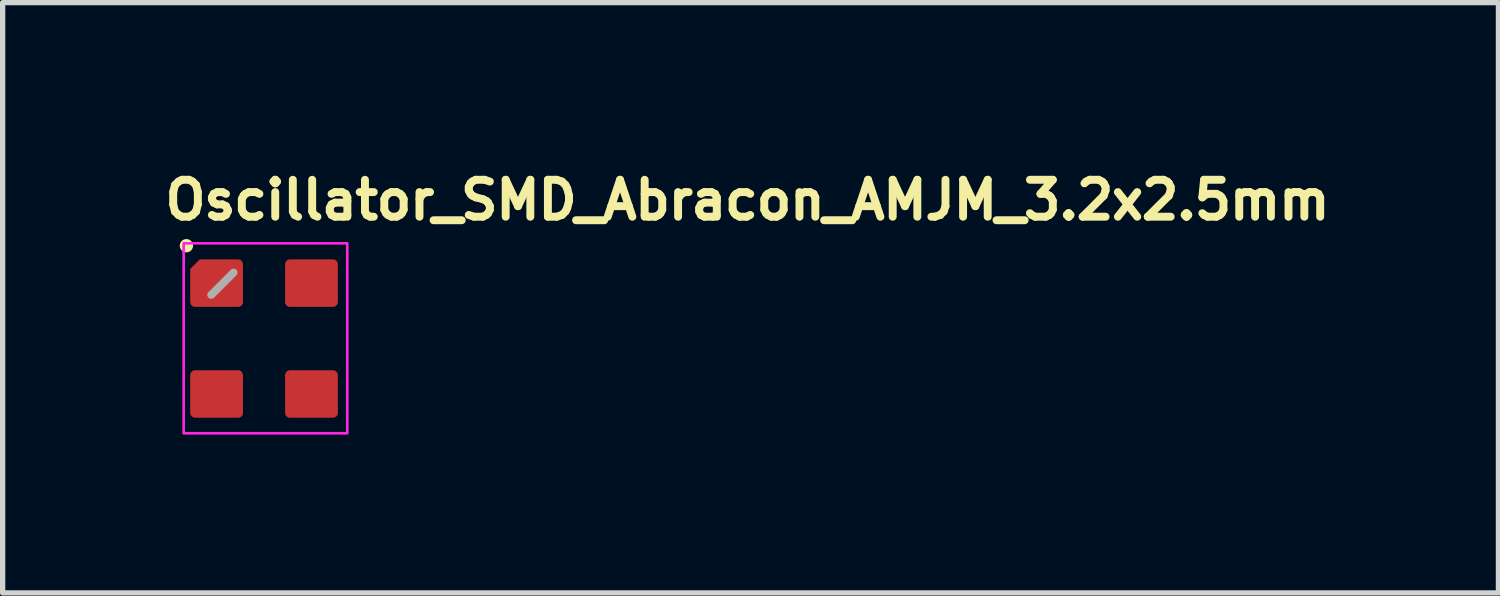
<source format=kicad_pcb>
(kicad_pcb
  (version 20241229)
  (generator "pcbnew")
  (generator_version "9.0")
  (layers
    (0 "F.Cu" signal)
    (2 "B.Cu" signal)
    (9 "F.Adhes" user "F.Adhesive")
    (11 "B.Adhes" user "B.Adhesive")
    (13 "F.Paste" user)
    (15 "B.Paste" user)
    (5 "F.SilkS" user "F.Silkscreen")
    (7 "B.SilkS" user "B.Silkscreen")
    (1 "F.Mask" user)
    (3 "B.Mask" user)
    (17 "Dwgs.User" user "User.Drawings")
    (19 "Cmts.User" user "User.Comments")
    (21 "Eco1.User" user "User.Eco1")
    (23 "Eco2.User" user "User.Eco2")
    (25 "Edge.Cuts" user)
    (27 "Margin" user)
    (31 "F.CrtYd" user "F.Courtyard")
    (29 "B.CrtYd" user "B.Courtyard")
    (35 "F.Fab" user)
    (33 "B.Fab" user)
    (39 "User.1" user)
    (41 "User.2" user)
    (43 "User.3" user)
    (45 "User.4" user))
  (footprint "Oscillator_SMD_Abracon_AMJM_3.2x2.5mm"
    (layer "F.Cu")
    (at 1.93 3.36)
    (property "Reference" "Oscillator_SMD_Abracon_AMJM_3.2x2.5mm" (at -1.93 -2.21 0) (layer "F.SilkS") (effects (font (size 0.7 0.7) (thickness 0.15)) (justify left bottom)))
    (attr smd)
    (fp_circle (center -1.448 -1.754) (end -1.397 -1.754) (stroke (width 0.15) (type solid)) (fill yes) (layer "F.SilkS"))
    (fp_rect (start -1.5 -1.8) (end 1.6 1.8) (stroke (width 0.05) (type solid)) (fill no) (layer "F.CrtYd"))
    (fp_line (start -0.977 -0.822) (end -0.554 -1.246) (stroke (width 0.15) (type solid)) (layer "F.Fab"))
    (fp_rect (start -1.252 -1.601) (end 1.249 1.6) (stroke (width 0.1) (type solid)) (fill no) (layer "User.5"))
    (fp_rect (start -1.252 -1.601) (end 1.249 1.6) (stroke (width 0.1) (type solid)) (fill no) (layer "User.5"))
    (fp_rect (start -1.252 -1.601) (end 1.249 1.6) (stroke (width 0.1) (type solid)) (fill no) (layer "User.5"))
    (fp_line (start -1.252 -1.601) (end -1.252 1.6) (stroke (width 0.02) (type solid)) (layer "User.9"))
    (fp_line (start -1.252 1.6) (end 1.249 1.6) (stroke (width 0.02) (type solid)) (layer "User.9"))
    (fp_line (start -1.115 -1.407) (end -1.115 -1.405) (stroke (width 0.02) (type solid)) (layer "User.9"))
    (fp_line (start -1.115 -1.405) (end -1.115 -1.403) (stroke (width 0.02) (type solid)) (layer "User.9"))
    (fp_line (start -1.115 -1.403) (end -1.115 -1.401) (stroke (width 0.02) (type solid)) (layer "User.9"))
    (fp_line (start -1.115 -1.401) (end -1.115 -1.397) (stroke (width 0.02) (type solid)) (layer "User.9"))
    (fp_line (start -1.115 -1.397) (end -1.113 -1.393) (stroke (width 0.02) (type solid)) (layer "User.9"))
    (fp_line (start -1.113 -1.414) (end -1.113 -1.41) (stroke (width 0.02) (type solid)) (layer "User.9"))
    (fp_line (start -1.113 -1.41) (end -1.115 -1.407) (stroke (width 0.02) (type solid)) (layer "User.9"))
    (fp_line (start -1.113 -1.41) (end -1.113 -1.41) (stroke (width 0.02) (type solid)) (layer "User.9"))
    (fp_line (start -1.113 -1.393) (end -1.113 -1.389) (stroke (width 0.02) (type solid)) (layer "User.9"))
    (fp_line (start -1.113 -1.389) (end -1.111 -1.385) (stroke (width 0.02) (type solid)) (layer "User.9"))
    (fp_line (start -1.111 -1.422) (end -1.111 -1.418) (stroke (width 0.02) (type solid)) (layer "User.9"))
    (fp_line (start -1.111 -1.418) (end -1.111 -1.418) (stroke (width 0.02) (type solid)) (layer "User.9"))
    (fp_line (start -1.111 -1.418) (end -1.111 -1.414) (stroke (width 0.02) (type solid)) (layer "User.9"))
    (fp_line (start -1.111 -1.414) (end -1.113 -1.414) (stroke (width 0.02) (type solid)) (layer "User.9"))
    (fp_line (start -1.111 -1.385) (end -1.111 -1.381) (stroke (width 0.02) (type solid)) (layer "User.9"))
    (fp_line (start -1.111 -1.381) (end -1.109 -1.377) (stroke (width 0.02) (type solid)) (layer "User.9"))
    (fp_line (start -1.109 -1.426) (end -1.109 -1.426) (stroke (width 0.02) (type solid)) (layer "User.9"))
    (fp_line (start -1.109 -1.426) (end -1.109 -1.422) (stroke (width 0.02) (type solid)) (layer "User.9"))
    (fp_line (start -1.109 -1.422) (end -1.111 -1.422) (stroke (width 0.02) (type solid)) (layer "User.9"))
    (fp_line (start -1.109 -1.377) (end -1.107 -1.373) (stroke (width 0.02) (type solid)) (layer "User.9"))
    (fp_line (start -1.107 -1.43) (end -1.109 -1.426) (stroke (width 0.02) (type solid)) (layer "User.9"))
    (fp_line (start -1.107 -1.43) (end -1.107 -1.43) (stroke (width 0.02) (type solid)) (layer "User.9"))
    (fp_line (start -1.107 -1.373) (end -1.105 -1.369) (stroke (width 0.02) (type solid)) (layer "User.9"))
    (fp_line (start -1.105 -1.434) (end -1.105 -1.432) (stroke (width 0.02) (type solid)) (layer "User.9"))
    (fp_line (start -1.105 -1.432) (end -1.107 -1.43) (stroke (width 0.02) (type solid)) (layer "User.9"))
    (fp_line (start -1.105 -1.369) (end -1.103 -1.365) (stroke (width 0.02) (type solid)) (layer "User.9"))
    (fp_line (start -1.103 -1.438) (end -1.103 -1.436) (stroke (width 0.02) (type solid)) (layer "User.9"))
    (fp_line (start -1.103 -1.436) (end -1.105 -1.434) (stroke (width 0.02) (type solid)) (layer "User.9"))
    (fp_line (start -1.103 -1.365) (end -1.101 -1.363) (stroke (width 0.02) (type solid)) (layer "User.9"))
    (fp_line (start -1.101 -1.438) (end -1.103 -1.438) (stroke (width 0.02) (type solid)) (layer "User.9"))
    (fp_line (start -1.101 -1.363) (end -1.099 -1.361) (stroke (width 0.02) (type solid)) (layer "User.9"))
    (fp_line (start -1.099 -1.442) (end -1.101 -1.438) (stroke (width 0.02) (type solid)) (layer "User.9"))
    (fp_line (start -1.099 -1.442) (end -1.099 -1.442) (stroke (width 0.02) (type solid)) (layer "User.9"))
    (fp_line (start -1.099 -1.361) (end -1.095 -1.357) (stroke (width 0.02) (type solid)) (layer "User.9"))
    (fp_line (start -1.097 -1.444) (end -1.099 -1.442) (stroke (width 0.02) (type solid)) (layer "User.9"))
    (fp_line (start -1.095 -1.446) (end -1.097 -1.444) (stroke (width 0.02) (type solid)) (layer "User.9"))
    (fp_line (start -1.095 -1.357) (end -1.093 -1.353) (stroke (width 0.02) (type solid)) (layer "User.9"))
    (fp_line (start -1.093 -1.448) (end -1.093 -1.446) (stroke (width 0.02) (type solid)) (layer "User.9"))
    (fp_line (start -1.093 -1.446) (end -1.095 -1.446) (stroke (width 0.02) (type solid)) (layer "User.9"))
    (fp_line (start -1.093 -1.353) (end -1.089 -1.353) (stroke (width 0.02) (type solid)) (layer "User.9"))
    (fp_line (start -1.091 -1.45) (end -1.093 -1.448) (stroke (width 0.02) (type solid)) (layer "User.9"))
    (fp_line (start -1.089 -1.452) (end -1.089 -1.45) (stroke (width 0.02) (type solid)) (layer "User.9"))
    (fp_line (start -1.089 -1.45) (end -1.091 -1.45) (stroke (width 0.02) (type solid)) (layer "User.9"))
    (fp_line (start -1.089 -1.353) (end -1.087 -1.349) (stroke (width 0.02) (type solid)) (layer "User.9"))
    (fp_line (start -1.087 -1.454) (end -1.089 -1.452) (stroke (width 0.02) (type solid)) (layer "User.9"))
    (fp_line (start -1.087 -1.349) (end -1.083 -1.347) (stroke (width 0.02) (type solid)) (layer "User.9"))
    (fp_line (start -1.083 -1.454) (end -1.087 -1.454) (stroke (width 0.02) (type solid)) (layer "User.9"))
    (fp_line (start -1.083 -1.454) (end -1.083 -1.454) (stroke (width 0.02) (type solid)) (layer "User.9"))
    (fp_line (start -1.083 -1.454) (end -1.083 -1.454) (stroke (width 0.02) (type solid)) (layer "User.9"))
    (fp_line (start -1.083 -1.347) (end -1.083 -1.347) (stroke (width 0.02) (type solid)) (layer "User.9"))
    (fp_line (start -1.083 -1.347) (end -1.079 -1.345) (stroke (width 0.02) (type solid)) (layer "User.9"))
    (fp_line (start -1.079 -1.458) (end -1.083 -1.454) (stroke (width 0.02) (type solid)) (layer "User.9"))
    (fp_line (start -1.079 -1.345) (end -1.075 -1.343) (stroke (width 0.02) (type solid)) (layer "User.9"))
    (fp_line (start -1.075 -1.458) (end -1.079 -1.458) (stroke (width 0.02) (type solid)) (layer "User.9"))
    (fp_line (start -1.075 -1.343) (end -1.071 -1.341) (stroke (width 0.02) (type solid)) (layer "User.9"))
    (fp_line (start -1.071 -1.46) (end -1.075 -1.458) (stroke (width 0.02) (type solid)) (layer "User.9"))
    (fp_line (start -1.071 -1.341) (end -1.067 -1.341) (stroke (width 0.02) (type solid)) (layer "User.9"))
    (fp_line (start -1.067 -1.462) (end -1.071 -1.46) (stroke (width 0.02) (type solid)) (layer "User.9"))
    (fp_line (start -1.067 -1.341) (end -1.063 -1.341) (stroke (width 0.02) (type solid)) (layer "User.9"))
    (fp_line (start -1.063 -1.462) (end -1.067 -1.462) (stroke (width 0.02) (type solid)) (layer "User.9"))
    (fp_line (start -1.063 -1.341) (end -1.061 -1.339) (stroke (width 0.02) (type solid)) (layer "User.9"))
    (fp_line (start -1.061 -1.462) (end -1.063 -1.462) (stroke (width 0.02) (type solid)) (layer "User.9"))
    (fp_line (start -1.061 -1.339) (end -1.055 -1.339) (stroke (width 0.02) (type solid)) (layer "User.9"))
    (fp_line (start -1.055 -1.462) (end -1.061 -1.462) (stroke (width 0.02) (type solid)) (layer "User.9"))
    (fp_line (start -1.055 -1.339) (end -1.051 -1.339) (stroke (width 0.02) (type solid)) (layer "User.9"))
    (fp_line (start -1.051 -1.464) (end -1.055 -1.462) (stroke (width 0.02) (type solid)) (layer "User.9"))
    (fp_line (start -1.051 -1.339) (end -1.047 -1.339) (stroke (width 0.02) (type solid)) (layer "User.9"))
    (fp_line (start -1.047 -1.462) (end -1.051 -1.464) (stroke (width 0.02) (type solid)) (layer "User.9"))
    (fp_line (start -1.047 -1.339) (end -1.043 -1.339) (stroke (width 0.02) (type solid)) (layer "User.9"))
    (fp_line (start -1.043 -1.462) (end -1.047 -1.462) (stroke (width 0.02) (type solid)) (layer "User.9"))
    (fp_line (start -1.043 -1.339) (end -1.039 -1.341) (stroke (width 0.02) (type solid)) (layer "User.9"))
    (fp_line (start -1.039 -1.462) (end -1.043 -1.462) (stroke (width 0.02) (type solid)) (layer "User.9"))
    (fp_line (start -1.039 -1.341) (end -1.035 -1.341) (stroke (width 0.02) (type solid)) (layer "User.9"))
    (fp_line (start -1.035 -1.462) (end -1.039 -1.462) (stroke (width 0.02) (type solid)) (layer "User.9"))
    (fp_line (start -1.035 -1.341) (end -1.031 -1.341) (stroke (width 0.02) (type solid)) (layer "User.9"))
    (fp_line (start -1.031 -1.46) (end -1.035 -1.462) (stroke (width 0.02) (type solid)) (layer "User.9"))
    (fp_line (start -1.031 -1.341) (end -1.029 -1.343) (stroke (width 0.02) (type solid)) (layer "User.9"))
    (fp_line (start -1.029 -1.458) (end -1.031 -1.46) (stroke (width 0.02) (type solid)) (layer "User.9"))
    (fp_line (start -1.029 -1.343) (end -1.024 -1.345) (stroke (width 0.02) (type solid)) (layer "User.9"))
    (fp_line (start -1.024 -1.458) (end -1.029 -1.458) (stroke (width 0.02) (type solid)) (layer "User.9"))
    (fp_line (start -1.024 -1.345) (end -1.02 -1.347) (stroke (width 0.02) (type solid)) (layer "User.9"))
    (fp_line (start -1.02 -1.454) (end -1.024 -1.458) (stroke (width 0.02) (type solid)) (layer "User.9"))
    (fp_line (start -1.02 -1.454) (end -1.02 -1.454) (stroke (width 0.02) (type solid)) (layer "User.9"))
    (fp_line (start -1.02 -1.347) (end -1.02 -1.347) (stroke (width 0.02) (type solid)) (layer "User.9"))
    (fp_line (start -1.02 -1.347) (end -1.018 -1.349) (stroke (width 0.02) (type solid)) (layer "User.9"))
    (fp_line (start -1.018 -1.349) (end -1.016 -1.349) (stroke (width 0.02) (type solid)) (layer "User.9"))
    (fp_line (start -1.016 -1.454) (end -1.02 -1.454) (stroke (width 0.02) (type solid)) (layer "User.9"))
    (fp_line (start -1.016 -1.349) (end -1.016 -1.349) (stroke (width 0.02) (type solid)) (layer "User.9"))
    (fp_line (start -1.016 -1.349) (end -1.012 -1.353) (stroke (width 0.02) (type solid)) (layer "User.9"))
    (fp_line (start -1.012 -1.45) (end -1.016 -1.454) (stroke (width 0.02) (type solid)) (layer "User.9"))
    (fp_line (start -1.012 -1.353) (end -1.012 -1.353) (stroke (width 0.02) (type solid)) (layer "User.9"))
    (fp_line (start -1.012 -1.353) (end -1.01 -1.353) (stroke (width 0.02) (type solid)) (layer "User.9"))
    (fp_line (start -1.01 -1.448) (end -1.012 -1.45) (stroke (width 0.02) (type solid)) (layer "User.9"))
    (fp_line (start -1.01 -1.357) (end -1.006 -1.357) (stroke (width 0.02) (type solid)) (layer "User.9"))
    (fp_line (start -1.01 -1.353) (end -1.01 -1.357) (stroke (width 0.02) (type solid)) (layer "User.9"))
    (fp_line (start -1.006 -1.446) (end -1.01 -1.448) (stroke (width 0.02) (type solid)) (layer "User.9"))
    (fp_line (start -1.006 -1.357) (end -1.006 -1.357) (stroke (width 0.02) (type solid)) (layer "User.9"))
    (fp_line (start -1.006 -1.357) (end -1.004 -1.361) (stroke (width 0.02) (type solid)) (layer "User.9"))
    (fp_line (start -1.004 -1.442) (end -1.006 -1.446) (stroke (width 0.02) (type solid)) (layer "User.9"))
    (fp_line (start -1.004 -1.361) (end -1.002 -1.361) (stroke (width 0.02) (type solid)) (layer "User.9"))
    (fp_line (start -1.002 -1.438) (end -1.004 -1.442) (stroke (width 0.02) (type solid)) (layer "User.9"))
    (fp_line (start -1.002 -1.363) (end -0.998 -1.365) (stroke (width 0.02) (type solid)) (layer "User.9"))
    (fp_line (start -1.002 -1.361) (end -1.002 -1.363) (stroke (width 0.02) (type solid)) (layer "User.9"))
    (fp_line (start -0.998 -1.365) (end -0.997 -1.365) (stroke (width 0.02) (type solid)) (layer "User.9"))
    (fp_line (start -0.997 -1.436) (end -1.002 -1.438) (stroke (width 0.02) (type solid)) (layer "User.9"))
    (fp_line (start -0.997 -1.365) (end -0.996 -1.369) (stroke (width 0.02) (type solid)) (layer "User.9"))
    (fp_line (start -0.996 -1.369) (end -0.994 -1.369) (stroke (width 0.02) (type solid)) (layer "User.9"))
    (fp_line (start -0.994 -1.432) (end -0.997 -1.436) (stroke (width 0.02) (type solid)) (layer "User.9"))
    (fp_line (start -0.994 -1.373) (end -0.993 -1.373) (stroke (width 0.02) (type solid)) (layer "User.9"))
    (fp_line (start -0.994 -1.369) (end -0.994 -1.373) (stroke (width 0.02) (type solid)) (layer "User.9"))
    (fp_line (start -0.993 -1.43) (end -0.994 -1.432) (stroke (width 0.02) (type solid)) (layer "User.9"))
    (fp_line (start -0.993 -1.375) (end -0.991 -1.377) (stroke (width 0.02) (type solid)) (layer "User.9"))
    (fp_line (start -0.993 -1.373) (end -0.993 -1.375) (stroke (width 0.02) (type solid)) (layer "User.9"))
    (fp_line (start -0.991 -1.426) (end -0.993 -1.43) (stroke (width 0.02) (type solid)) (layer "User.9"))
    (fp_line (start -0.991 -1.379) (end -0.99 -1.381) (stroke (width 0.02) (type solid)) (layer "User.9"))
    (fp_line (start -0.991 -1.377) (end -0.991 -1.379) (stroke (width 0.02) (type solid)) (layer "User.9"))
    (fp_line (start -0.99 -1.422) (end -0.991 -1.426) (stroke (width 0.02) (type solid)) (layer "User.9"))
    (fp_line (start -0.99 -1.383) (end -0.988 -1.385) (stroke (width 0.02) (type solid)) (layer "User.9"))
    (fp_line (start -0.99 -1.381) (end -0.99 -1.383) (stroke (width 0.02) (type solid)) (layer "User.9"))
    (fp_line (start -0.988 -1.418) (end -0.99 -1.422) (stroke (width 0.02) (type solid)) (layer "User.9"))
    (fp_line (start -0.988 -1.387) (end -0.987 -1.389) (stroke (width 0.02) (type solid)) (layer "User.9"))
    (fp_line (start -0.988 -1.385) (end -0.988 -1.387) (stroke (width 0.02) (type solid)) (layer "User.9"))
    (fp_line (start -0.987 -1.414) (end -0.988 -1.418) (stroke (width 0.02) (type solid)) (layer "User.9"))
    (fp_line (start -0.987 -1.41) (end -0.987 -1.414) (stroke (width 0.02) (type solid)) (layer "User.9"))
    (fp_line (start -0.987 -1.405) (end -0.987 -1.41) (stroke (width 0.02) (type solid)) (layer "User.9"))
    (fp_line (start -0.987 -1.401) (end -0.987 -1.405) (stroke (width 0.02) (type solid)) (layer "User.9"))
    (fp_line (start -0.987 -1.399) (end -0.987 -1.401) (stroke (width 0.02) (type solid)) (layer "User.9"))
    (fp_line (start -0.987 -1.397) (end -0.987 -1.399) (stroke (width 0.02) (type solid)) (layer "User.9"))
    (fp_line (start -0.987 -1.395) (end -0.987 -1.397) (stroke (width 0.02) (type solid)) (layer "User.9"))
    (fp_line (start -0.987 -1.393) (end -0.987 -1.395) (stroke (width 0.02) (type solid)) (layer "User.9"))
    (fp_line (start -0.987 -1.391) (end -0.987 -1.393) (stroke (width 0.02) (type solid)) (layer "User.9"))
    (fp_line (start -0.987 -1.389) (end -0.987 -1.391) (stroke (width 0.02) (type solid)) (layer "User.9"))
    (fp_line (start 1.249 -1.601) (end -1.252 -1.601) (stroke (width 0.02) (type solid)) (layer "User.9"))
    (fp_line (start 1.249 1.6) (end 1.249 -1.601) (stroke (width 0.02) (type solid)) (layer "User.9"))
    (pad "1" smd roundrect (at -0.876 -1.045) (size 1 0.9) (layers "F.Cu" "F.Mask" "F.Paste") (roundrect_rratio 0.1) (chamfer_ratio 0.2) (chamfer top_left))
    (pad "2" smd roundrect (at -0.876 1.056) (size 1 0.9) (layers "F.Cu" "F.Mask" "F.Paste") (roundrect_rratio 0.1))
    (pad "3" smd roundrect (at 0.922 1.056) (size 1 0.9) (layers "F.Cu" "F.Mask" "F.Paste") (roundrect_rratio 0.1))
    (pad "4" smd roundrect (at 0.922 -1.045) (size 1 0.9) (layers "F.Cu" "F.Mask" "F.Paste") (roundrect_rratio 0.1)))
  (gr_rect
    (start -3 -3)
    (end 25.343 8.185)
    (stroke (width 0.1) (type default))
    (fill no)
    (layer "Edge.Cuts")))
</source>
